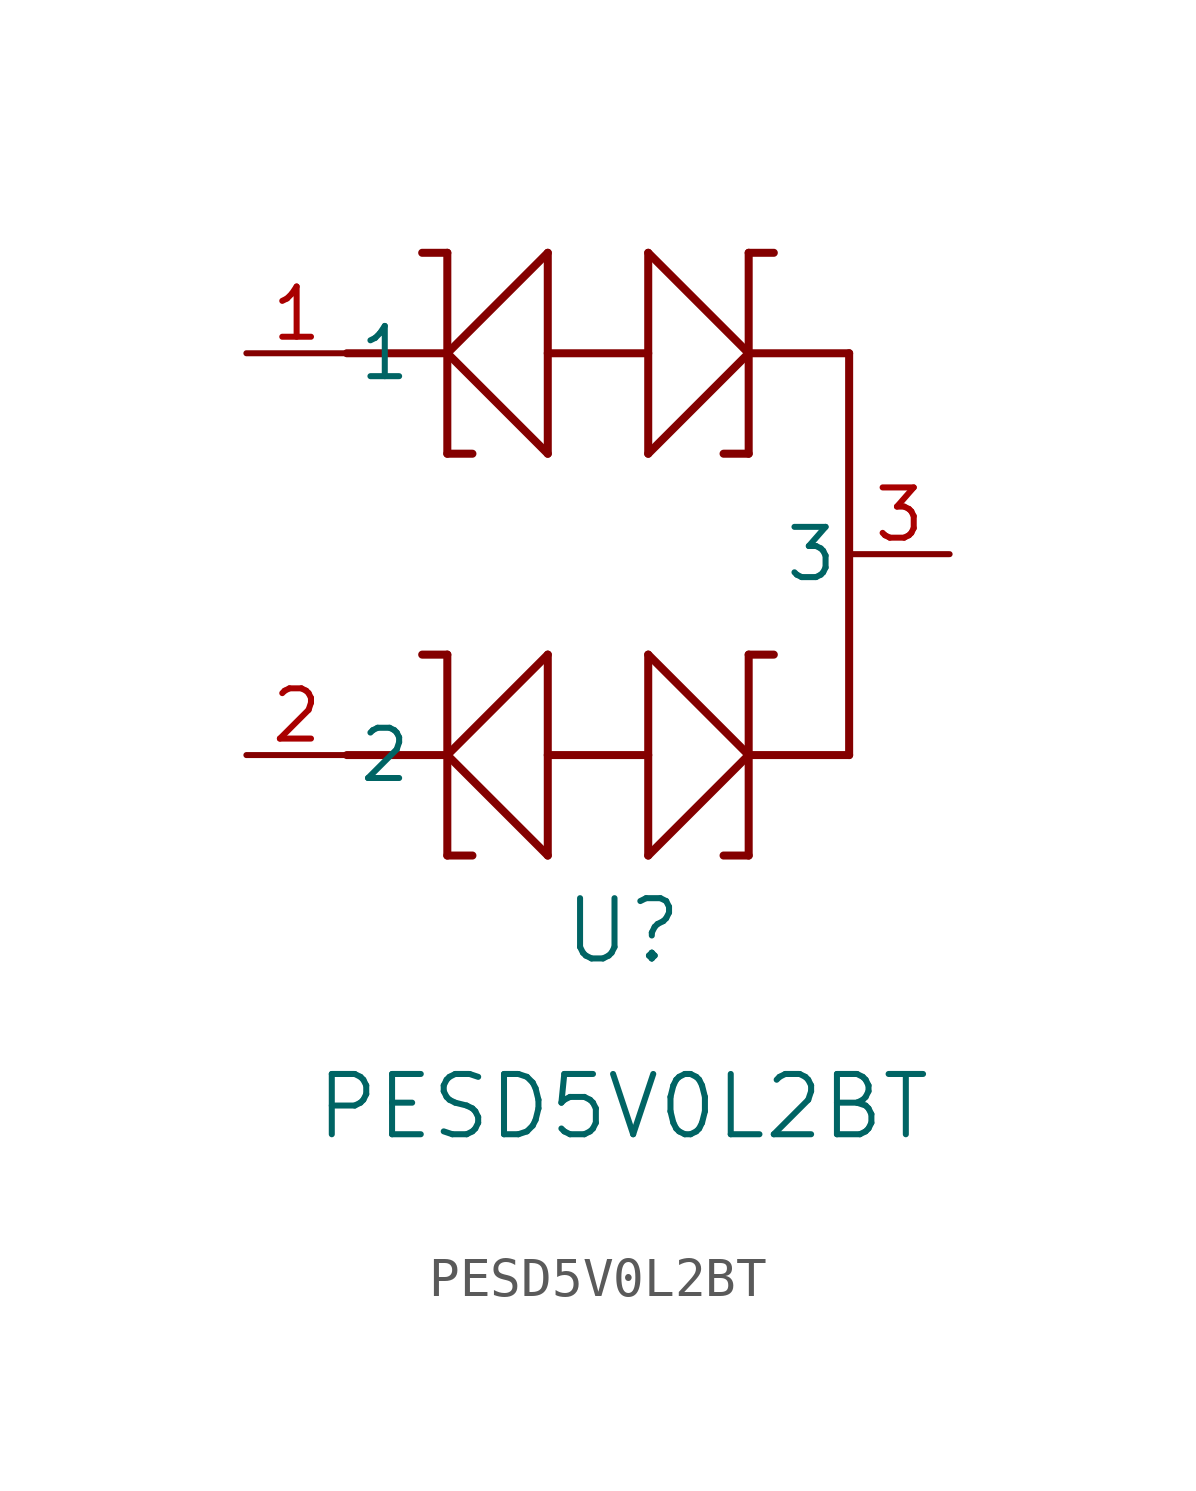
<source format=kicad_sym>
(kicad_symbol_lib
  (version 20211014)
  (generator kicad_symbol_editor)
  (symbol "PESD5V0L2BT"
    (pin_names
      (offset 0.254))
    (property "Reference" "U"
      (at 9.525 -14.605 0)
      (effects (font (size 1.524 1.524))))
    (property "Value" "PESD5V0L2BT"
      (at 9.525 -19.05 0)
      (effects (font (size 1.524 1.524))))
    (symbol "PESD5V0L2BT_0_1"
      (polyline (pts (xy 10.16 2.54) (xy 12.7 0)) (stroke (width 0.203) (type default) (color 0 0 0 0)) (fill (type none)))
      (polyline (pts (xy 12.7 2.54) (xy 13.335 2.54)) (stroke (width 0.203) (type default) (color 0 0 0 0)) (fill (type none)))
      (polyline (pts (xy 10.16 -2.54) (xy 10.16 2.54)) (stroke (width 0.203) (type default) (color 0 0 0 0)) (fill (type none)))
      (polyline (pts (xy 7.62 -2.54) (xy 5.08 0)) (stroke (width 0.203) (type default) (color 0 0 0 0)) (fill (type none)))
      (polyline (pts (xy 5.08 -2.54) (xy 5.715 -2.54)) (stroke (width 0.203) (type default) (color 0 0 0 0)) (fill (type none)))
      (polyline (pts (xy 12.7 -2.54) (xy 12.7 2.54)) (stroke (width 0.203) (type default) (color 0 0 0 0)) (fill (type none)))
      (polyline (pts (xy 7.62 2.54) (xy 7.62 -2.54)) (stroke (width 0.203) (type default) (color 0 0 0 0)) (fill (type none)))
      (polyline (pts (xy 10.16 -2.54) (xy 12.7 0)) (stroke (width 0.203) (type default) (color 0 0 0 0)) (fill (type none)))
      (polyline (pts (xy 12.7 -2.54) (xy 12.065 -2.54)) (stroke (width 0.203) (type default) (color 0 0 0 0)) (fill (type none)))
      (polyline (pts (xy 5.08 2.54) (xy 5.08 -2.54)) (stroke (width 0.203) (type default) (color 0 0 0 0)) (fill (type none)))
      (polyline (pts (xy 7.62 2.54) (xy 5.08 0)) (stroke (width 0.203) (type default) (color 0 0 0 0)) (fill (type none)))
      (polyline (pts (xy 5.08 2.54) (xy 4.445 2.54)) (stroke (width 0.203) (type default) (color 0 0 0 0)) (fill (type none)))
      (polyline (pts (xy 15.24 0) (xy 12.7 0)) (stroke (width 0.203) (type default) (color 0 0 0 0)) (fill (type none)))
      (polyline (pts (xy 2.54 0) (xy 5.08 0)) (stroke (width 0.203) (type default) (color 0 0 0 0)) (fill (type none)))
      (polyline (pts (xy 10.16 0) (xy 7.62 0)) (stroke (width 0.203) (type default) (color 0 0 0 0)) (fill (type none)))
      (polyline (pts (xy 10.16 -7.62) (xy 12.7 -10.16)) (stroke (width 0.203) (type default) (color 0 0 0 0)) (fill (type none)))
      (polyline (pts (xy 12.7 -7.62) (xy 13.335 -7.62)) (stroke (width 0.203) (type default) (color 0 0 0 0)) (fill (type none)))
      (polyline (pts (xy 10.16 -12.7) (xy 10.16 -7.62)) (stroke (width 0.203) (type default) (color 0 0 0 0)) (fill (type none)))
      (polyline (pts (xy 7.62 -12.7) (xy 5.08 -10.16)) (stroke (width 0.203) (type default) (color 0 0 0 0)) (fill (type none)))
      (polyline (pts (xy 12.7 -12.7) (xy 12.7 -7.62)) (stroke (width 0.203) (type default) (color 0 0 0 0)) (fill (type none)))
      (polyline (pts (xy 7.62 -7.62) (xy 7.62 -12.7)) (stroke (width 0.203) (type default) (color 0 0 0 0)) (fill (type none)))
      (polyline (pts (xy 10.16 -12.7) (xy 12.7 -10.16)) (stroke (width 0.203) (type default) (color 0 0 0 0)) (fill (type none)))
      (polyline (pts (xy 5.08 -7.62) (xy 5.08 -12.7)) (stroke (width 0.203) (type default) (color 0 0 0 0)) (fill (type none)))
      (polyline (pts (xy 7.62 -7.62) (xy 5.08 -10.16)) (stroke (width 0.203) (type default) (color 0 0 0 0)) (fill (type none)))
      (polyline (pts (xy 5.08 -7.62) (xy 4.445 -7.62)) (stroke (width 0.203) (type default) (color 0 0 0 0)) (fill (type none)))
      (polyline (pts (xy 15.24 -10.16) (xy 12.7 -10.16)) (stroke (width 0.203) (type default) (color 0 0 0 0)) (fill (type none)))
      (polyline (pts (xy 2.54 -10.16) (xy 5.08 -10.16)) (stroke (width 0.203) (type default) (color 0 0 0 0)) (fill (type none)))
      (polyline (pts (xy 10.16 -10.16) (xy 7.62 -10.16)) (stroke (width 0.203) (type default) (color 0 0 0 0)) (fill (type none)))
      (polyline (pts (xy 5.08 -12.7) (xy 5.715 -12.7)) (stroke (width 0.203) (type default) (color 0 0 0 0)) (fill (type none)))
      (polyline (pts (xy 12.7 -12.7) (xy 12.065 -12.7)) (stroke (width 0.203) (type default) (color 0 0 0 0)) (fill (type none)))
      (polyline (pts (xy 15.24 -10.16) (xy 15.24 0)) (stroke (width 0.203) (type default) (color 0 0 0 0)) (fill (type none)))
      (pin unspecified line (at 0 0 0) (length 2.54) (name "1" (effects (font (size 1.27 1.27)))) (number "1" (effects (font (size 1.27 1.27)))))
      (pin unspecified line (at 0 -10.16 0) (length 2.54) (name "2" (effects (font (size 1.27 1.27)))) (number "2" (effects (font (size 1.27 1.27)))))
      (pin unspecified line (at 17.78 -5.08 180) (length 2.54) (name "3" (effects (font (size 1.27 1.27)))) (number "3" (effects (font (size 1.27 1.27))))))))
</source>
